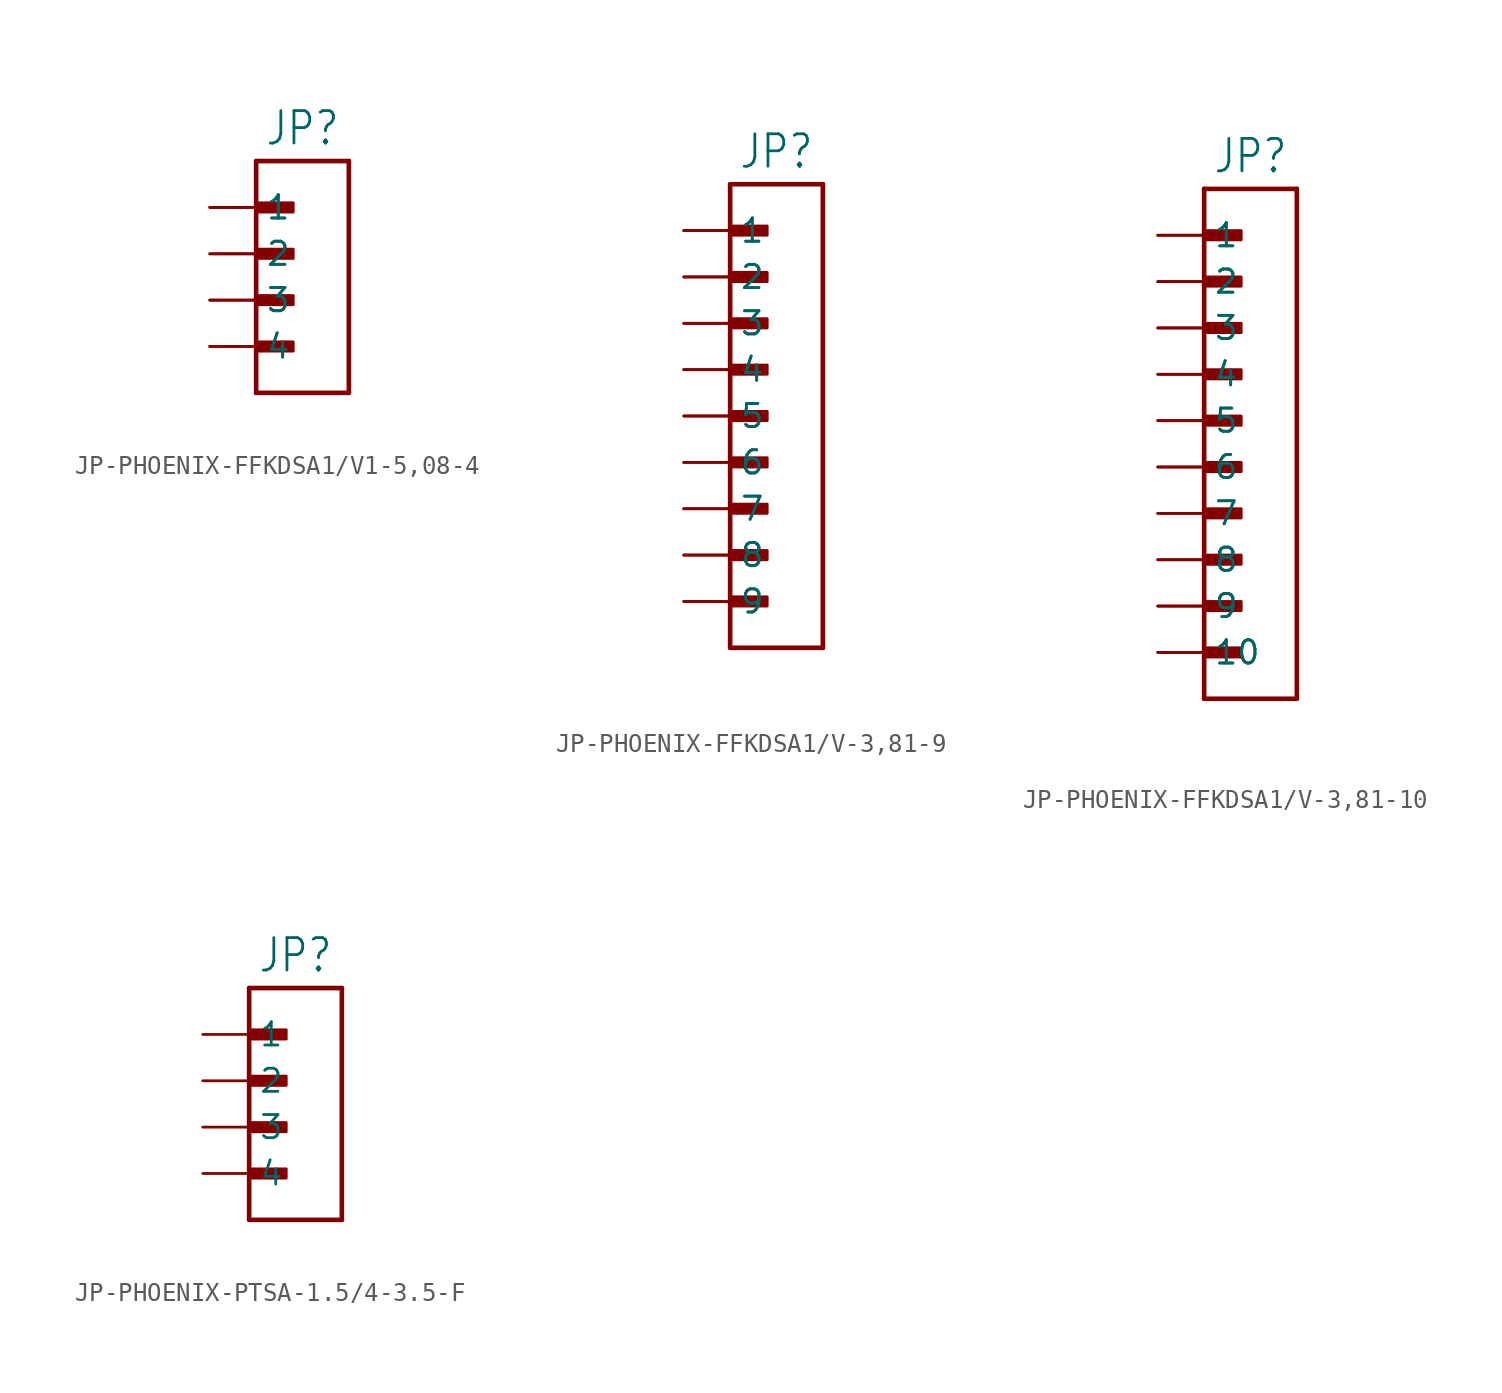
<source format=kicad_sym>
(kicad_symbol_lib
  (version 20231120)
  (generator "kicad_symbol_editor")
  (generator_version "8.0")
  (symbol "JP-PHOENIX-FFKDSA1/V1-5,08-4"
    (property "Reference" "JP"
      (at 0 5.842 0)
      (effects (font (size 1.778 1.511)) (justify bottom)))
    (property "Value" ""
      (at 0 -8.382 0)
      (effects (font (size 1.778 1.511)) (justify top)))
    (property "ki_locked" ""
      (at 0 0 0)
      (effects (font (size 1.27 1.27))))
    (symbol "JP-PHOENIX-FFKDSA1/V1-5,08-4_1_0"
      (rectangle (start -2.54 -5.334) (end -0.508 -4.826) (stroke (width 0) (type default)) (fill (type outline)))
      (rectangle (start -2.54 -2.794) (end -0.508 -2.286) (stroke (width 0) (type default)) (fill (type outline)))
      (rectangle (start -2.54 -0.254) (end -0.508 0.254) (stroke (width 0) (type default)) (fill (type outline)))
      (rectangle (start -2.54 2.286) (end -0.508 2.794) (stroke (width 0) (type default)) (fill (type outline)))
      (polyline (pts (xy -2.54 -7.62) (xy -2.54 5.08)) (stroke (width 0.254) (type solid)) (fill (type none)))
      (polyline (pts (xy -2.54 5.08) (xy 2.54 5.08)) (stroke (width 0.254) (type solid)) (fill (type none)))
      (polyline (pts (xy 2.54 -7.62) (xy -2.54 -7.62)) (stroke (width 0.254) (type solid)) (fill (type none)))
      (polyline (pts (xy 2.54 5.08) (xy 2.54 -7.62)) (stroke (width 0.254) (type solid)) (fill (type none)))
      (pin passive line (at -5.08 2.54 0) (length 2.54) (name "1" (effects (font (size 1.27 1.27)))) (number "1" (effects (font (size 0 0)))))
      (pin passive line (at -5.08 2.54 0) (length 2.54) (name "1" (effects (font (size 1.27 1.27)))) (number "1A" (effects (font (size 0 0)))))
      (pin passive line (at -5.08 0 0) (length 2.54) (name "2" (effects (font (size 1.27 1.27)))) (number "2" (effects (font (size 0 0)))))
      (pin passive line (at -5.08 0 0) (length 2.54) (name "2" (effects (font (size 1.27 1.27)))) (number "2A" (effects (font (size 0 0)))))
      (pin passive line (at -5.08 -2.54 0) (length 2.54) (name "3" (effects (font (size 1.27 1.27)))) (number "3" (effects (font (size 0 0)))))
      (pin passive line (at -5.08 -2.54 0) (length 2.54) (name "3" (effects (font (size 1.27 1.27)))) (number "3A" (effects (font (size 0 0)))))
      (pin passive line (at -5.08 -5.08 0) (length 2.54) (name "4" (effects (font (size 1.27 1.27)))) (number "4" (effects (font (size 0 0)))))
      (pin passive line (at -5.08 -5.08 0) (length 2.54) (name "4" (effects (font (size 1.27 1.27)))) (number "4A" (effects (font (size 0 0)))))))
  (symbol "JP-PHOENIX-FFKDSA1/V-3,81-9"
    (property "Reference" "JP"
      (at 0 13.462 0)
      (effects (font (size 1.778 1.511)) (justify bottom)))
    (property "Value" ""
      (at 0 -13.462 0)
      (effects (font (size 1.778 1.511)) (justify top)))
    (property "ki_locked" ""
      (at 0 0 0)
      (effects (font (size 1.27 1.27))))
    (symbol "JP-PHOENIX-FFKDSA1/V-3,81-9_1_0"
      (rectangle (start -2.54 -10.414) (end -0.508 -9.906) (stroke (width 0) (type default)) (fill (type outline)))
      (rectangle (start -2.54 -7.874) (end -0.508 -7.366) (stroke (width 0) (type default)) (fill (type outline)))
      (rectangle (start -2.54 -5.334) (end -0.508 -4.826) (stroke (width 0) (type default)) (fill (type outline)))
      (rectangle (start -2.54 -2.794) (end -0.508 -2.286) (stroke (width 0) (type default)) (fill (type outline)))
      (rectangle (start -2.54 -0.254) (end -0.508 0.254) (stroke (width 0) (type default)) (fill (type outline)))
      (rectangle (start -2.54 2.286) (end -0.508 2.794) (stroke (width 0) (type default)) (fill (type outline)))
      (rectangle (start -2.54 4.826) (end -0.508 5.334) (stroke (width 0) (type default)) (fill (type outline)))
      (rectangle (start -2.54 7.366) (end -0.508 7.874) (stroke (width 0) (type default)) (fill (type outline)))
      (rectangle (start -2.54 9.906) (end -0.508 10.414) (stroke (width 0) (type default)) (fill (type outline)))
      (polyline (pts (xy -2.54 -12.7) (xy -2.54 12.7)) (stroke (width 0.254) (type solid)) (fill (type none)))
      (polyline (pts (xy -2.54 12.7) (xy 2.54 12.7)) (stroke (width 0.254) (type solid)) (fill (type none)))
      (polyline (pts (xy 2.54 -12.7) (xy -2.54 -12.7)) (stroke (width 0.254) (type solid)) (fill (type none)))
      (polyline (pts (xy 2.54 12.7) (xy 2.54 -12.7)) (stroke (width 0.254) (type solid)) (fill (type none)))
      (pin passive line (at -5.08 10.16 0) (length 2.54) (name "1" (effects (font (size 1.27 1.27)))) (number "1" (effects (font (size 0 0)))))
      (pin passive line (at -5.08 10.16 0) (length 2.54) (name "1" (effects (font (size 1.27 1.27)))) (number "1A" (effects (font (size 0 0)))))
      (pin passive line (at -5.08 7.62 0) (length 2.54) (name "2" (effects (font (size 1.27 1.27)))) (number "2" (effects (font (size 0 0)))))
      (pin passive line (at -5.08 7.62 0) (length 2.54) (name "2" (effects (font (size 1.27 1.27)))) (number "2A" (effects (font (size 0 0)))))
      (pin passive line (at -5.08 5.08 0) (length 2.54) (name "3" (effects (font (size 1.27 1.27)))) (number "3" (effects (font (size 0 0)))))
      (pin passive line (at -5.08 5.08 0) (length 2.54) (name "3" (effects (font (size 1.27 1.27)))) (number "3A" (effects (font (size 0 0)))))
      (pin passive line (at -5.08 2.54 0) (length 2.54) (name "4" (effects (font (size 1.27 1.27)))) (number "4" (effects (font (size 0 0)))))
      (pin passive line (at -5.08 2.54 0) (length 2.54) (name "4" (effects (font (size 1.27 1.27)))) (number "4A" (effects (font (size 0 0)))))
      (pin passive line (at -5.08 0 0) (length 2.54) (name "5" (effects (font (size 1.27 1.27)))) (number "5" (effects (font (size 0 0)))))
      (pin passive line (at -5.08 0 0) (length 2.54) (name "5" (effects (font (size 1.27 1.27)))) (number "5A" (effects (font (size 0 0)))))
      (pin passive line (at -5.08 -2.54 0) (length 2.54) (name "6" (effects (font (size 1.27 1.27)))) (number "6" (effects (font (size 0 0)))))
      (pin passive line (at -5.08 -2.54 0) (length 2.54) (name "6" (effects (font (size 1.27 1.27)))) (number "6A" (effects (font (size 0 0)))))
      (pin passive line (at -5.08 -5.08 0) (length 2.54) (name "7" (effects (font (size 1.27 1.27)))) (number "7" (effects (font (size 0 0)))))
      (pin passive line (at -5.08 -5.08 0) (length 2.54) (name "7" (effects (font (size 1.27 1.27)))) (number "7A" (effects (font (size 0 0)))))
      (pin passive line (at -5.08 -7.62 0) (length 2.54) (name "8" (effects (font (size 1.27 1.27)))) (number "8" (effects (font (size 0 0)))))
      (pin passive line (at -5.08 -7.62 0) (length 2.54) (name "8" (effects (font (size 1.27 1.27)))) (number "8A" (effects (font (size 0 0)))))
      (pin passive line (at -5.08 -10.16 0) (length 2.54) (name "9" (effects (font (size 1.27 1.27)))) (number "9" (effects (font (size 0 0)))))
      (pin passive line (at -5.08 -10.16 0) (length 2.54) (name "9" (effects (font (size 1.27 1.27)))) (number "9A" (effects (font (size 0 0)))))))
  (symbol "JP-PHOENIX-FFKDSA1/V-3,81-10"
    (property "Reference" "JP"
      (at 0 13.462 0)
      (effects (font (size 1.778 1.511)) (justify bottom)))
    (property "Value" ""
      (at 0 -16.002 0)
      (effects (font (size 1.778 1.511)) (justify top)))
    (property "ki_locked" ""
      (at 0 0 0)
      (effects (font (size 1.27 1.27))))
    (symbol "JP-PHOENIX-FFKDSA1/V-3,81-10_1_0"
      (rectangle (start -2.54 -12.954) (end -0.508 -12.446) (stroke (width 0) (type default)) (fill (type outline)))
      (rectangle (start -2.54 -10.414) (end -0.508 -9.906) (stroke (width 0) (type default)) (fill (type outline)))
      (rectangle (start -2.54 -7.874) (end -0.508 -7.366) (stroke (width 0) (type default)) (fill (type outline)))
      (rectangle (start -2.54 -5.334) (end -0.508 -4.826) (stroke (width 0) (type default)) (fill (type outline)))
      (rectangle (start -2.54 -2.794) (end -0.508 -2.286) (stroke (width 0) (type default)) (fill (type outline)))
      (rectangle (start -2.54 -0.254) (end -0.508 0.254) (stroke (width 0) (type default)) (fill (type outline)))
      (rectangle (start -2.54 2.286) (end -0.508 2.794) (stroke (width 0) (type default)) (fill (type outline)))
      (rectangle (start -2.54 4.826) (end -0.508 5.334) (stroke (width 0) (type default)) (fill (type outline)))
      (rectangle (start -2.54 7.366) (end -0.508 7.874) (stroke (width 0) (type default)) (fill (type outline)))
      (rectangle (start -2.54 9.906) (end -0.508 10.414) (stroke (width 0) (type default)) (fill (type outline)))
      (polyline (pts (xy -2.54 -15.24) (xy -2.54 12.7)) (stroke (width 0.254) (type solid)) (fill (type none)))
      (polyline (pts (xy -2.54 12.7) (xy 2.54 12.7)) (stroke (width 0.254) (type solid)) (fill (type none)))
      (polyline (pts (xy 2.54 -15.24) (xy -2.54 -15.24)) (stroke (width 0.254) (type solid)) (fill (type none)))
      (polyline (pts (xy 2.54 12.7) (xy 2.54 -15.24)) (stroke (width 0.254) (type solid)) (fill (type none)))
      (pin passive line (at -5.08 10.16 0) (length 2.54) (name "1" (effects (font (size 1.27 1.27)))) (number "1" (effects (font (size 0 0)))))
      (pin passive line (at -5.08 -12.7 0) (length 2.54) (name "10" (effects (font (size 1.27 1.27)))) (number "10" (effects (font (size 0 0)))))
      (pin passive line (at -5.08 -12.7 0) (length 2.54) (name "10" (effects (font (size 1.27 1.27)))) (number "10A" (effects (font (size 0 0)))))
      (pin passive line (at -5.08 10.16 0) (length 2.54) (name "1" (effects (font (size 1.27 1.27)))) (number "1A" (effects (font (size 0 0)))))
      (pin passive line (at -5.08 7.62 0) (length 2.54) (name "2" (effects (font (size 1.27 1.27)))) (number "2" (effects (font (size 0 0)))))
      (pin passive line (at -5.08 7.62 0) (length 2.54) (name "2" (effects (font (size 1.27 1.27)))) (number "2A" (effects (font (size 0 0)))))
      (pin passive line (at -5.08 5.08 0) (length 2.54) (name "3" (effects (font (size 1.27 1.27)))) (number "3" (effects (font (size 0 0)))))
      (pin passive line (at -5.08 5.08 0) (length 2.54) (name "3" (effects (font (size 1.27 1.27)))) (number "3A" (effects (font (size 0 0)))))
      (pin passive line (at -5.08 2.54 0) (length 2.54) (name "4" (effects (font (size 1.27 1.27)))) (number "4" (effects (font (size 0 0)))))
      (pin passive line (at -5.08 2.54 0) (length 2.54) (name "4" (effects (font (size 1.27 1.27)))) (number "4A" (effects (font (size 0 0)))))
      (pin passive line (at -5.08 0 0) (length 2.54) (name "5" (effects (font (size 1.27 1.27)))) (number "5" (effects (font (size 0 0)))))
      (pin passive line (at -5.08 0 0) (length 2.54) (name "5" (effects (font (size 1.27 1.27)))) (number "5A" (effects (font (size 0 0)))))
      (pin passive line (at -5.08 -2.54 0) (length 2.54) (name "6" (effects (font (size 1.27 1.27)))) (number "6" (effects (font (size 0 0)))))
      (pin passive line (at -5.08 -2.54 0) (length 2.54) (name "6" (effects (font (size 1.27 1.27)))) (number "6A" (effects (font (size 0 0)))))
      (pin passive line (at -5.08 -5.08 0) (length 2.54) (name "7" (effects (font (size 1.27 1.27)))) (number "7" (effects (font (size 0 0)))))
      (pin passive line (at -5.08 -5.08 0) (length 2.54) (name "7" (effects (font (size 1.27 1.27)))) (number "7A" (effects (font (size 0 0)))))
      (pin passive line (at -5.08 -7.62 0) (length 2.54) (name "8" (effects (font (size 1.27 1.27)))) (number "8" (effects (font (size 0 0)))))
      (pin passive line (at -5.08 -7.62 0) (length 2.54) (name "8" (effects (font (size 1.27 1.27)))) (number "8A" (effects (font (size 0 0)))))
      (pin passive line (at -5.08 -10.16 0) (length 2.54) (name "9" (effects (font (size 1.27 1.27)))) (number "9" (effects (font (size 0 0)))))
      (pin passive line (at -5.08 -10.16 0) (length 2.54) (name "9" (effects (font (size 1.27 1.27)))) (number "9A" (effects (font (size 0 0)))))))
  (symbol "JP-PHOENIX-PTSA-1.5/4-3.5-F"
    (property "Reference" "JP"
      (at 0 8.382 0)
      (effects (font (size 1.778 1.511)) (justify bottom)))
    (property "Value" ""
      (at 0 -5.842 0)
      (effects (font (size 1.778 1.511)) (justify top)))
    (property "ki_locked" ""
      (at 0 0 0)
      (effects (font (size 1.27 1.27))))
    (symbol "JP-PHOENIX-PTSA-1.5/4-3.5-F_1_0"
      (rectangle (start -2.54 -2.794) (end -0.508 -2.286) (stroke (width 0) (type default)) (fill (type outline)))
      (rectangle (start -2.54 -0.254) (end -0.508 0.254) (stroke (width 0) (type default)) (fill (type outline)))
      (rectangle (start -2.54 2.286) (end -0.508 2.794) (stroke (width 0) (type default)) (fill (type outline)))
      (rectangle (start -2.54 4.826) (end -0.508 5.334) (stroke (width 0) (type default)) (fill (type outline)))
      (polyline (pts (xy -2.54 -5.08) (xy -2.54 7.62)) (stroke (width 0.254) (type solid)) (fill (type none)))
      (polyline (pts (xy -2.54 7.62) (xy 2.54 7.62)) (stroke (width 0.254) (type solid)) (fill (type none)))
      (polyline (pts (xy 2.54 -5.08) (xy -2.54 -5.08)) (stroke (width 0.254) (type solid)) (fill (type none)))
      (polyline (pts (xy 2.54 7.62) (xy 2.54 -5.08)) (stroke (width 0.254) (type solid)) (fill (type none)))
      (pin passive line (at -5.08 5.08 0) (length 2.54) (name "1" (effects (font (size 1.27 1.27)))) (number "1" (effects (font (size 0 0)))))
      (pin passive line (at -5.08 2.54 0) (length 2.54) (name "2" (effects (font (size 1.27 1.27)))) (number "2" (effects (font (size 0 0)))))
      (pin passive line (at -5.08 0 0) (length 2.54) (name "3" (effects (font (size 1.27 1.27)))) (number "3" (effects (font (size 0 0)))))
      (pin passive line (at -5.08 -2.54 0) (length 2.54) (name "4" (effects (font (size 1.27 1.27)))) (number "4" (effects (font (size 0 0))))))))
</source>
